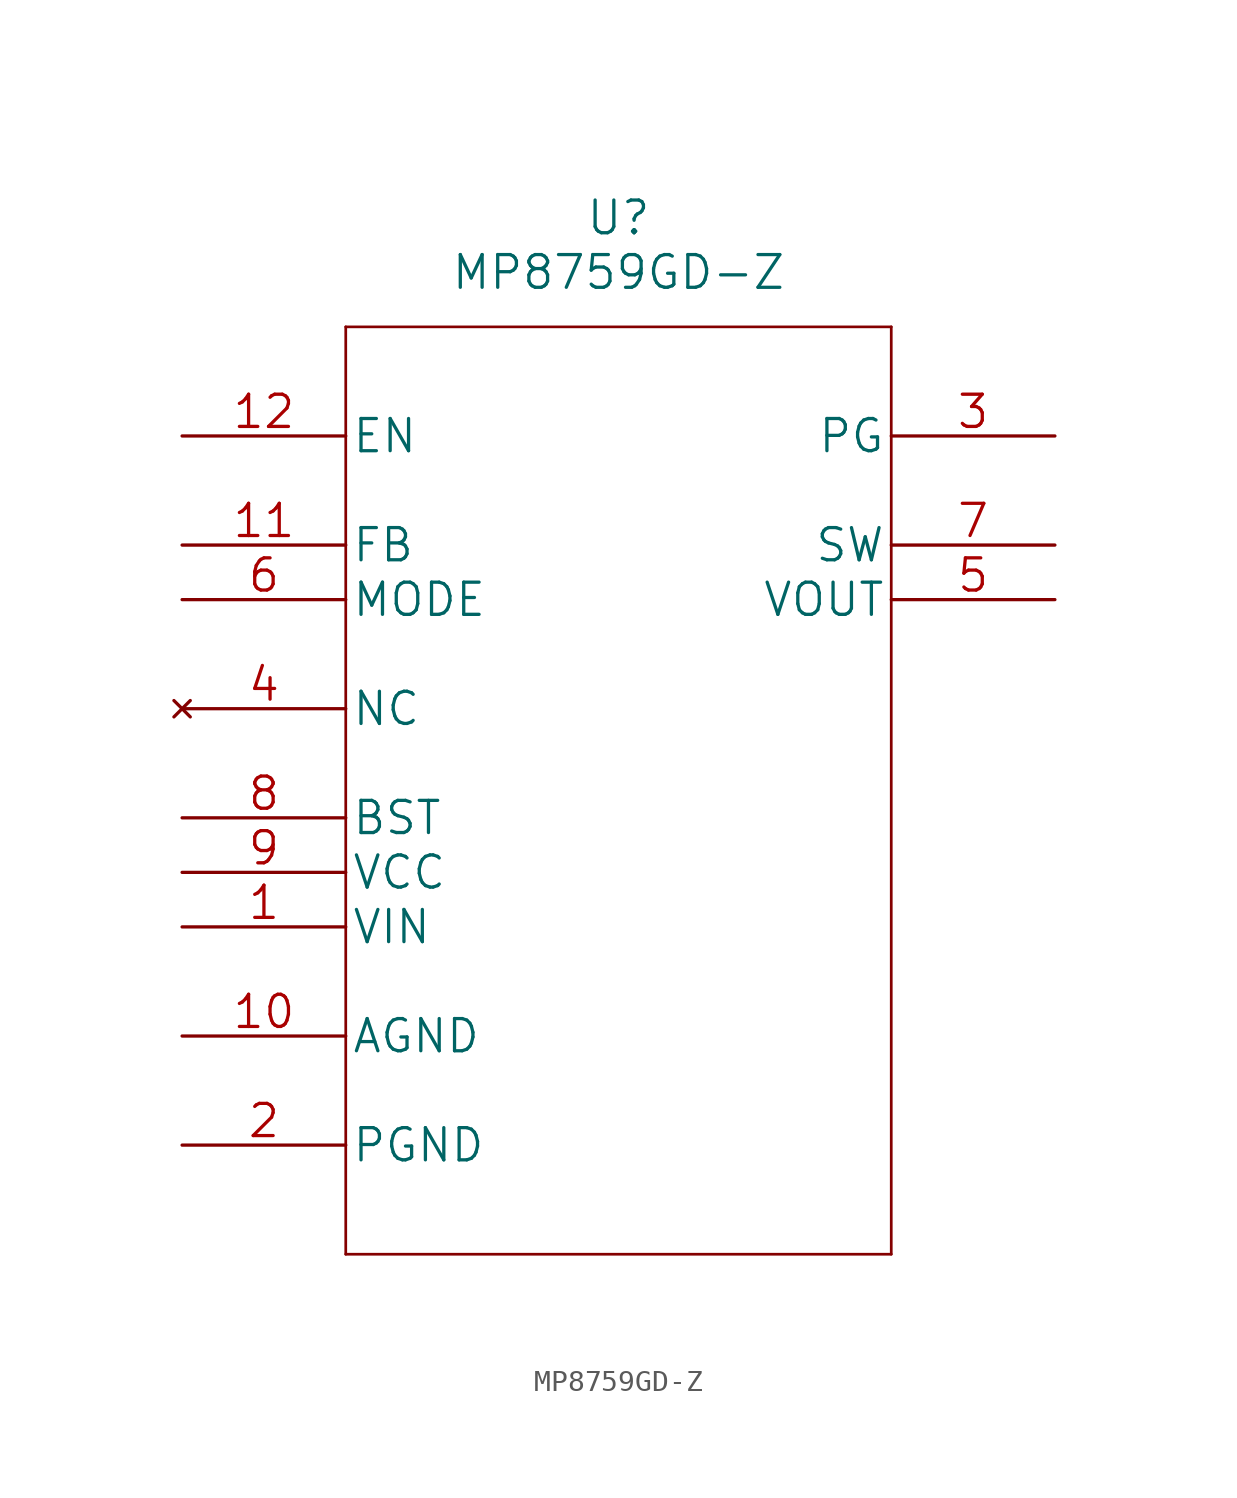
<source format=kicad_sym>
(kicad_symbol_lib
  (version 20220914)
  (generator kicad_symbol_editor)
  (symbol "MP8759GD-Z"
    (pin_names
      (offset 0.254))
    (property "Reference" "U"
      (at 20.32 10.16 0)
      (effects (font (size 1.524 1.524))))
    (property "Value" "MP8759GD-Z"
      (at 20.32 7.62 0)
      (effects (font (size 1.524 1.524))))
    (property "Datasheet" ""
      (at 0 0 0)
      (effects (font (size 1.524 1.524))))
    (symbol "MP8759GD-Z_1_1"
      (polyline (pts (xy 7.62 -38.1) (xy 33.02 -38.1)) (stroke (width 0.127) (type solid)) (fill (type none)))
      (polyline (pts (xy 7.62 5.08) (xy 7.62 -38.1)) (stroke (width 0.127) (type solid)) (fill (type none)))
      (polyline (pts (xy 33.02 -38.1) (xy 33.02 5.08)) (stroke (width 0.127) (type solid)) (fill (type none)))
      (polyline (pts (xy 33.02 5.08) (xy 7.62 5.08)) (stroke (width 0.127) (type solid)) (fill (type none)))
      (pin power_in line (at 0 -22.86 0) (length 7.62) (name "VIN" (effects (font (size 1.499 1.499)))) (number "1" (effects (font (size 1.499 1.499)))))
      (pin power_in line (at 0 -27.94 0) (length 7.62) (name "AGND" (effects (font (size 1.499 1.499)))) (number "10" (effects (font (size 1.499 1.499)))))
      (pin unspecified line (at 0 -5.08 0) (length 7.62) (name "FB" (effects (font (size 1.499 1.499)))) (number "11" (effects (font (size 1.499 1.499)))))
      (pin input line (at 0 0 0) (length 7.62) (name "EN" (effects (font (size 1.499 1.499)))) (number "12" (effects (font (size 1.499 1.499)))))
      (pin power_in line (at 0 -33.02 0) (length 7.62) (name "PGND" (effects (font (size 1.499 1.499)))) (number "2" (effects (font (size 1.499 1.499)))))
      (pin output line (at 40.64 0 180) (length 7.62) (name "PG" (effects (font (size 1.499 1.499)))) (number "3" (effects (font (size 1.499 1.499)))))
      (pin no_connect line (at 0 -12.7 0) (length 7.62) (name "NC" (effects (font (size 1.499 1.499)))) (number "4" (effects (font (size 1.499 1.499)))))
      (pin power_in line (at 40.64 -7.62 180) (length 7.62) (name "VOUT" (effects (font (size 1.499 1.499)))) (number "5" (effects (font (size 1.499 1.499)))))
      (pin unspecified line (at 0 -7.62 0) (length 7.62) (name "MODE" (effects (font (size 1.499 1.499)))) (number "6" (effects (font (size 1.499 1.499)))))
      (pin output line (at 40.64 -5.08 180) (length 7.62) (name "SW" (effects (font (size 1.499 1.499)))) (number "7" (effects (font (size 1.499 1.499)))))
      (pin power_in line (at 0 -17.78 0) (length 7.62) (name "BST" (effects (font (size 1.499 1.499)))) (number "8" (effects (font (size 1.499 1.499)))))
      (pin power_in line (at 0 -20.32 0) (length 7.62) (name "VCC" (effects (font (size 1.499 1.499)))) (number "9" (effects (font (size 1.499 1.499))))))))
</source>
